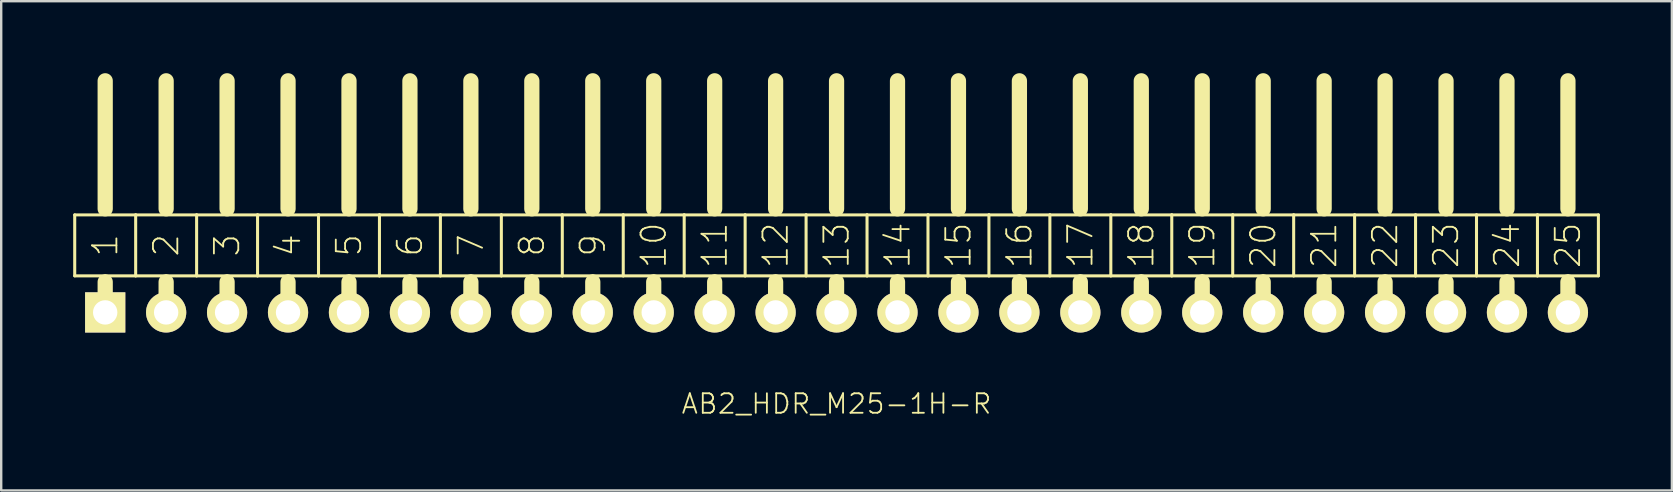
<source format=kicad_pcb>
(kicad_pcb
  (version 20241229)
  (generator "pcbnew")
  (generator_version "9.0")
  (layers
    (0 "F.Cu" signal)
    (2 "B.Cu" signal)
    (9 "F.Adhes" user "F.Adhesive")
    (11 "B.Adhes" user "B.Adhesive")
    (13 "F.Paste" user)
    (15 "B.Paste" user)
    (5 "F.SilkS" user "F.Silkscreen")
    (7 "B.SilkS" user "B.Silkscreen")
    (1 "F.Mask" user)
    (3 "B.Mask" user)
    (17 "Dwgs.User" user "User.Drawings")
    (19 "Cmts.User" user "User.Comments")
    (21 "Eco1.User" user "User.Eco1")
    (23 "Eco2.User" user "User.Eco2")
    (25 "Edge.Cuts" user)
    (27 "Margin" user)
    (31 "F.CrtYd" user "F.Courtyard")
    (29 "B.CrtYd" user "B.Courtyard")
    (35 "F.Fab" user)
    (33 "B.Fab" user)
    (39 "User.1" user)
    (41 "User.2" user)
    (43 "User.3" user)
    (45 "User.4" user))
  (footprint "AB2_HDR_M25-1H-R"
    (layer "F.Cu")
    (at 31.814 9.97)
    (property "Reference" "AB2_HDR_M25-1H-R" (at 0 3.81 0) (layer "F.SilkS") (effects (font (size 0.813 0.813) (thickness 0.076))))
    (attr through_hole)
    (fp_line (start -31.75 -4.064) (end -31.75 -1.524) (stroke (width 0.127) (type solid)) (layer "F.SilkS"))
    (fp_line (start -31.75 -1.524) (end -30.48 -1.524) (stroke (width 0.127) (type solid)) (layer "F.SilkS"))
    (fp_line (start -30.48 -4.318) (end -30.48 -9.652) (stroke (width 0.635) (type solid)) (layer "F.SilkS"))
    (fp_line (start -30.48 -1.524) (end -29.21 -1.524) (stroke (width 0.127) (type solid)) (layer "F.SilkS"))
    (fp_line (start -30.48 -1.27) (end -30.48 0) (stroke (width 0.635) (type solid)) (layer "F.SilkS"))
    (fp_line (start -29.21 -4.064) (end -31.75 -4.064) (stroke (width 0.127) (type solid)) (layer "F.SilkS"))
    (fp_line (start -29.21 -1.524) (end -29.21 -4.064) (stroke (width 0.127) (type solid)) (layer "F.SilkS"))
    (fp_line (start -29.21 -1.524) (end -27.94 -1.524) (stroke (width 0.127) (type solid)) (layer "F.SilkS"))
    (fp_line (start -27.94 -4.318) (end -27.94 -9.652) (stroke (width 0.635) (type solid)) (layer "F.SilkS"))
    (fp_line (start -27.94 -1.524) (end -26.67 -1.524) (stroke (width 0.127) (type solid)) (layer "F.SilkS"))
    (fp_line (start -27.94 -1.27) (end -27.94 0) (stroke (width 0.635) (type solid)) (layer "F.SilkS"))
    (fp_line (start -26.67 -4.064) (end -29.21 -4.064) (stroke (width 0.127) (type solid)) (layer "F.SilkS"))
    (fp_line (start -26.67 -1.524) (end -26.67 -4.064) (stroke (width 0.127) (type solid)) (layer "F.SilkS"))
    (fp_line (start -26.67 -1.524) (end -25.4 -1.524) (stroke (width 0.127) (type solid)) (layer "F.SilkS"))
    (fp_line (start -25.4 -4.318) (end -25.4 -9.652) (stroke (width 0.635) (type solid)) (layer "F.SilkS"))
    (fp_line (start -25.4 -1.524) (end -24.13 -1.524) (stroke (width 0.127) (type solid)) (layer "F.SilkS"))
    (fp_line (start -25.4 -1.27) (end -25.4 0) (stroke (width 0.635) (type solid)) (layer "F.SilkS"))
    (fp_line (start -24.13 -4.064) (end -26.67 -4.064) (stroke (width 0.127) (type solid)) (layer "F.SilkS"))
    (fp_line (start -24.13 -1.524) (end -24.13 -4.064) (stroke (width 0.127) (type solid)) (layer "F.SilkS"))
    (fp_line (start -24.13 -1.524) (end -22.86 -1.524) (stroke (width 0.127) (type solid)) (layer "F.SilkS"))
    (fp_line (start -22.86 -4.318) (end -22.86 -9.652) (stroke (width 0.635) (type solid)) (layer "F.SilkS"))
    (fp_line (start -22.86 -1.524) (end -21.59 -1.524) (stroke (width 0.127) (type solid)) (layer "F.SilkS"))
    (fp_line (start -22.86 -1.27) (end -22.86 0) (stroke (width 0.635) (type solid)) (layer "F.SilkS"))
    (fp_line (start -21.59 -4.064) (end -24.13 -4.064) (stroke (width 0.127) (type solid)) (layer "F.SilkS"))
    (fp_line (start -21.59 -1.524) (end -21.59 -4.064) (stroke (width 0.127) (type solid)) (layer "F.SilkS"))
    (fp_line (start -21.59 -1.524) (end -20.32 -1.524) (stroke (width 0.127) (type solid)) (layer "F.SilkS"))
    (fp_line (start -20.32 -4.318) (end -20.32 -9.652) (stroke (width 0.635) (type solid)) (layer "F.SilkS"))
    (fp_line (start -20.32 -1.524) (end -19.05 -1.524) (stroke (width 0.127) (type solid)) (layer "F.SilkS"))
    (fp_line (start -20.32 -1.27) (end -20.32 0) (stroke (width 0.635) (type solid)) (layer "F.SilkS"))
    (fp_line (start -19.05 -4.064) (end -21.59 -4.064) (stroke (width 0.127) (type solid)) (layer "F.SilkS"))
    (fp_line (start -19.05 -1.524) (end -19.05 -4.064) (stroke (width 0.127) (type solid)) (layer "F.SilkS"))
    (fp_line (start -19.05 -1.524) (end -17.78 -1.524) (stroke (width 0.127) (type solid)) (layer "F.SilkS"))
    (fp_line (start -17.78 -4.318) (end -17.78 -9.652) (stroke (width 0.635) (type solid)) (layer "F.SilkS"))
    (fp_line (start -17.78 -1.524) (end -16.51 -1.524) (stroke (width 0.127) (type solid)) (layer "F.SilkS"))
    (fp_line (start -17.78 -1.27) (end -17.78 0) (stroke (width 0.635) (type solid)) (layer "F.SilkS"))
    (fp_line (start -16.51 -4.064) (end -19.05 -4.064) (stroke (width 0.127) (type solid)) (layer "F.SilkS"))
    (fp_line (start -16.51 -1.524) (end -16.51 -4.064) (stroke (width 0.127) (type solid)) (layer "F.SilkS"))
    (fp_line (start -16.51 -1.524) (end -15.24 -1.524) (stroke (width 0.127) (type solid)) (layer "F.SilkS"))
    (fp_line (start -15.24 -4.318) (end -15.24 -9.652) (stroke (width 0.635) (type solid)) (layer "F.SilkS"))
    (fp_line (start -15.24 -1.524) (end -13.97 -1.524) (stroke (width 0.127) (type solid)) (layer "F.SilkS"))
    (fp_line (start -15.24 -1.27) (end -15.24 0) (stroke (width 0.635) (type solid)) (layer "F.SilkS"))
    (fp_line (start -13.97 -4.064) (end -16.51 -4.064) (stroke (width 0.127) (type solid)) (layer "F.SilkS"))
    (fp_line (start -13.97 -1.524) (end -13.97 -4.064) (stroke (width 0.127) (type solid)) (layer "F.SilkS"))
    (fp_line (start -13.97 -1.524) (end -12.7 -1.524) (stroke (width 0.127) (type solid)) (layer "F.SilkS"))
    (fp_line (start -12.7 -4.318) (end -12.7 -9.652) (stroke (width 0.635) (type solid)) (layer "F.SilkS"))
    (fp_line (start -12.7 -1.524) (end -11.43 -1.524) (stroke (width 0.127) (type solid)) (layer "F.SilkS"))
    (fp_line (start -12.7 -1.27) (end -12.7 0) (stroke (width 0.635) (type solid)) (layer "F.SilkS"))
    (fp_line (start -11.43 -4.064) (end -13.97 -4.064) (stroke (width 0.127) (type solid)) (layer "F.SilkS"))
    (fp_line (start -11.43 -1.524) (end -11.43 -4.064) (stroke (width 0.127) (type solid)) (layer "F.SilkS"))
    (fp_line (start -11.43 -1.524) (end -10.16 -1.524) (stroke (width 0.127) (type solid)) (layer "F.SilkS"))
    (fp_line (start -10.16 -4.318) (end -10.16 -9.652) (stroke (width 0.635) (type solid)) (layer "F.SilkS"))
    (fp_line (start -10.16 -1.524) (end -8.89 -1.524) (stroke (width 0.127) (type solid)) (layer "F.SilkS"))
    (fp_line (start -10.16 -1.27) (end -10.16 0) (stroke (width 0.635) (type solid)) (layer "F.SilkS"))
    (fp_line (start -8.89 -4.064) (end -11.43 -4.064) (stroke (width 0.127) (type solid)) (layer "F.SilkS"))
    (fp_line (start -8.89 -1.524) (end -8.89 -4.064) (stroke (width 0.127) (type solid)) (layer "F.SilkS"))
    (fp_line (start -8.89 -1.524) (end -7.62 -1.524) (stroke (width 0.127) (type solid)) (layer "F.SilkS"))
    (fp_line (start -7.62 -4.318) (end -7.62 -9.652) (stroke (width 0.635) (type solid)) (layer "F.SilkS"))
    (fp_line (start -7.62 -1.524) (end -6.35 -1.524) (stroke (width 0.127) (type solid)) (layer "F.SilkS"))
    (fp_line (start -7.62 -1.27) (end -7.62 0) (stroke (width 0.635) (type solid)) (layer "F.SilkS"))
    (fp_line (start -6.35 -4.064) (end -8.89 -4.064) (stroke (width 0.127) (type solid)) (layer "F.SilkS"))
    (fp_line (start -6.35 -1.524) (end -6.35 -4.064) (stroke (width 0.127) (type solid)) (layer "F.SilkS"))
    (fp_line (start -6.35 -1.524) (end -5.08 -1.524) (stroke (width 0.127) (type solid)) (layer "F.SilkS"))
    (fp_line (start -5.08 -4.318) (end -5.08 -9.652) (stroke (width 0.635) (type solid)) (layer "F.SilkS"))
    (fp_line (start -5.08 -1.524) (end -3.81 -1.524) (stroke (width 0.127) (type solid)) (layer "F.SilkS"))
    (fp_line (start -5.08 -1.27) (end -5.08 0) (stroke (width 0.635) (type solid)) (layer "F.SilkS"))
    (fp_line (start -3.81 -4.064) (end -6.35 -4.064) (stroke (width 0.127) (type solid)) (layer "F.SilkS"))
    (fp_line (start -3.81 -1.524) (end -3.81 -4.064) (stroke (width 0.127) (type solid)) (layer "F.SilkS"))
    (fp_line (start -3.81 -1.524) (end -2.54 -1.524) (stroke (width 0.127) (type solid)) (layer "F.SilkS"))
    (fp_line (start -2.54 -4.318) (end -2.54 -9.652) (stroke (width 0.635) (type solid)) (layer "F.SilkS"))
    (fp_line (start -2.54 -1.524) (end -1.27 -1.524) (stroke (width 0.127) (type solid)) (layer "F.SilkS"))
    (fp_line (start -2.54 -1.27) (end -2.54 0) (stroke (width 0.635) (type solid)) (layer "F.SilkS"))
    (fp_line (start -1.27 -4.064) (end -3.81 -4.064) (stroke (width 0.127) (type solid)) (layer "F.SilkS"))
    (fp_line (start -1.27 -1.524) (end -1.27 -4.064) (stroke (width 0.127) (type solid)) (layer "F.SilkS"))
    (fp_line (start -1.27 -1.524) (end 0 -1.524) (stroke (width 0.127) (type solid)) (layer "F.SilkS"))
    (fp_line (start 0 -4.318) (end 0 -9.652) (stroke (width 0.635) (type solid)) (layer "F.SilkS"))
    (fp_line (start 0 -1.524) (end 1.27 -1.524) (stroke (width 0.127) (type solid)) (layer "F.SilkS"))
    (fp_line (start 0 -1.27) (end 0 0) (stroke (width 0.635) (type solid)) (layer "F.SilkS"))
    (fp_line (start 1.27 -4.064) (end -1.27 -4.064) (stroke (width 0.127) (type solid)) (layer "F.SilkS"))
    (fp_line (start 1.27 -1.524) (end 1.27 -4.064) (stroke (width 0.127) (type solid)) (layer "F.SilkS"))
    (fp_line (start 1.27 -1.524) (end 2.54 -1.524) (stroke (width 0.127) (type solid)) (layer "F.SilkS"))
    (fp_line (start 2.54 -4.318) (end 2.54 -9.652) (stroke (width 0.635) (type solid)) (layer "F.SilkS"))
    (fp_line (start 2.54 -1.524) (end 3.81 -1.524) (stroke (width 0.127) (type solid)) (layer "F.SilkS"))
    (fp_line (start 2.54 -1.27) (end 2.54 0) (stroke (width 0.635) (type solid)) (layer "F.SilkS"))
    (fp_line (start 3.81 -4.064) (end 1.27 -4.064) (stroke (width 0.127) (type solid)) (layer "F.SilkS"))
    (fp_line (start 3.81 -1.524) (end 3.81 -4.064) (stroke (width 0.127) (type solid)) (layer "F.SilkS"))
    (fp_line (start 3.81 -1.524) (end 5.08 -1.524) (stroke (width 0.127) (type solid)) (layer "F.SilkS"))
    (fp_line (start 5.08 -4.318) (end 5.08 -9.652) (stroke (width 0.635) (type solid)) (layer "F.SilkS"))
    (fp_line (start 5.08 -1.524) (end 6.35 -1.524) (stroke (width 0.127) (type solid)) (layer "F.SilkS"))
    (fp_line (start 5.08 -1.27) (end 5.08 0) (stroke (width 0.635) (type solid)) (layer "F.SilkS"))
    (fp_line (start 6.35 -4.064) (end 3.81 -4.064) (stroke (width 0.127) (type solid)) (layer "F.SilkS"))
    (fp_line (start 6.35 -1.524) (end 6.35 -4.064) (stroke (width 0.127) (type solid)) (layer "F.SilkS"))
    (fp_line (start 6.35 -1.524) (end 7.62 -1.524) (stroke (width 0.127) (type solid)) (layer "F.SilkS"))
    (fp_line (start 7.62 -4.318) (end 7.62 -9.652) (stroke (width 0.635) (type solid)) (layer "F.SilkS"))
    (fp_line (start 7.62 -1.524) (end 8.89 -1.524) (stroke (width 0.127) (type solid)) (layer "F.SilkS"))
    (fp_line (start 7.62 -1.27) (end 7.62 0) (stroke (width 0.635) (type solid)) (layer "F.SilkS"))
    (fp_line (start 8.89 -4.064) (end 6.35 -4.064) (stroke (width 0.127) (type solid)) (layer "F.SilkS"))
    (fp_line (start 8.89 -1.524) (end 8.89 -4.064) (stroke (width 0.127) (type solid)) (layer "F.SilkS"))
    (fp_line (start 8.89 -1.524) (end 10.16 -1.524) (stroke (width 0.127) (type solid)) (layer "F.SilkS"))
    (fp_line (start 10.16 -4.318) (end 10.16 -9.652) (stroke (width 0.635) (type solid)) (layer "F.SilkS"))
    (fp_line (start 10.16 -1.524) (end 11.43 -1.524) (stroke (width 0.127) (type solid)) (layer "F.SilkS"))
    (fp_line (start 10.16 -1.27) (end 10.16 0) (stroke (width 0.635) (type solid)) (layer "F.SilkS"))
    (fp_line (start 11.43 -4.064) (end 8.89 -4.064) (stroke (width 0.127) (type solid)) (layer "F.SilkS"))
    (fp_line (start 11.43 -1.524) (end 11.43 -4.064) (stroke (width 0.127) (type solid)) (layer "F.SilkS"))
    (fp_line (start 11.43 -1.524) (end 12.7 -1.524) (stroke (width 0.127) (type solid)) (layer "F.SilkS"))
    (fp_line (start 12.7 -4.318) (end 12.7 -9.652) (stroke (width 0.635) (type solid)) (layer "F.SilkS"))
    (fp_line (start 12.7 -1.524) (end 13.97 -1.524) (stroke (width 0.127) (type solid)) (layer "F.SilkS"))
    (fp_line (start 12.7 -1.27) (end 12.7 0) (stroke (width 0.635) (type solid)) (layer "F.SilkS"))
    (fp_line (start 13.97 -4.064) (end 11.43 -4.064) (stroke (width 0.127) (type solid)) (layer "F.SilkS"))
    (fp_line (start 13.97 -1.524) (end 13.97 -4.064) (stroke (width 0.127) (type solid)) (layer "F.SilkS"))
    (fp_line (start 13.97 -1.524) (end 15.24 -1.524) (stroke (width 0.127) (type solid)) (layer "F.SilkS"))
    (fp_line (start 15.24 -4.318) (end 15.24 -9.652) (stroke (width 0.635) (type solid)) (layer "F.SilkS"))
    (fp_line (start 15.24 -1.524) (end 16.51 -1.524) (stroke (width 0.127) (type solid)) (layer "F.SilkS"))
    (fp_line (start 15.24 -1.27) (end 15.24 0) (stroke (width 0.635) (type solid)) (layer "F.SilkS"))
    (fp_line (start 16.51 -4.064) (end 13.97 -4.064) (stroke (width 0.127) (type solid)) (layer "F.SilkS"))
    (fp_line (start 16.51 -1.524) (end 16.51 -4.064) (stroke (width 0.127) (type solid)) (layer "F.SilkS"))
    (fp_line (start 16.51 -1.524) (end 17.78 -1.524) (stroke (width 0.127) (type solid)) (layer "F.SilkS"))
    (fp_line (start 17.78 -4.318) (end 17.78 -9.652) (stroke (width 0.635) (type solid)) (layer "F.SilkS"))
    (fp_line (start 17.78 -1.524) (end 19.05 -1.524) (stroke (width 0.127) (type solid)) (layer "F.SilkS"))
    (fp_line (start 17.78 -1.27) (end 17.78 0) (stroke (width 0.635) (type solid)) (layer "F.SilkS"))
    (fp_line (start 19.05 -4.064) (end 16.51 -4.064) (stroke (width 0.127) (type solid)) (layer "F.SilkS"))
    (fp_line (start 19.05 -1.524) (end 19.05 -4.064) (stroke (width 0.127) (type solid)) (layer "F.SilkS"))
    (fp_line (start 19.05 -1.524) (end 20.32 -1.524) (stroke (width 0.127) (type solid)) (layer "F.SilkS"))
    (fp_line (start 20.32 -4.318) (end 20.32 -9.652) (stroke (width 0.635) (type solid)) (layer "F.SilkS"))
    (fp_line (start 20.32 -1.524) (end 21.59 -1.524) (stroke (width 0.127) (type solid)) (layer "F.SilkS"))
    (fp_line (start 20.32 -1.27) (end 20.32 0) (stroke (width 0.635) (type solid)) (layer "F.SilkS"))
    (fp_line (start 21.59 -4.064) (end 19.05 -4.064) (stroke (width 0.127) (type solid)) (layer "F.SilkS"))
    (fp_line (start 21.59 -1.524) (end 21.59 -4.064) (stroke (width 0.127) (type solid)) (layer "F.SilkS"))
    (fp_line (start 21.59 -1.524) (end 22.86 -1.524) (stroke (width 0.127) (type solid)) (layer "F.SilkS"))
    (fp_line (start 22.86 -4.318) (end 22.86 -9.652) (stroke (width 0.635) (type solid)) (layer "F.SilkS"))
    (fp_line (start 22.86 -1.524) (end 24.13 -1.524) (stroke (width 0.127) (type solid)) (layer "F.SilkS"))
    (fp_line (start 22.86 -1.27) (end 22.86 0) (stroke (width 0.635) (type solid)) (layer "F.SilkS"))
    (fp_line (start 24.13 -4.064) (end 21.59 -4.064) (stroke (width 0.127) (type solid)) (layer "F.SilkS"))
    (fp_line (start 24.13 -1.524) (end 24.13 -4.064) (stroke (width 0.127) (type solid)) (layer "F.SilkS"))
    (fp_line (start 24.13 -1.524) (end 25.4 -1.524) (stroke (width 0.127) (type solid)) (layer "F.SilkS"))
    (fp_line (start 25.4 -4.318) (end 25.4 -9.652) (stroke (width 0.635) (type solid)) (layer "F.SilkS"))
    (fp_line (start 25.4 -1.524) (end 26.67 -1.524) (stroke (width 0.127) (type solid)) (layer "F.SilkS"))
    (fp_line (start 25.4 -1.27) (end 25.4 0) (stroke (width 0.635) (type solid)) (layer "F.SilkS"))
    (fp_line (start 26.67 -4.064) (end 24.13 -4.064) (stroke (width 0.127) (type solid)) (layer "F.SilkS"))
    (fp_line (start 26.67 -1.524) (end 26.67 -4.064) (stroke (width 0.127) (type solid)) (layer "F.SilkS"))
    (fp_line (start 26.67 -1.524) (end 27.94 -1.524) (stroke (width 0.127) (type solid)) (layer "F.SilkS"))
    (fp_line (start 27.94 -4.318) (end 27.94 -9.652) (stroke (width 0.635) (type solid)) (layer "F.SilkS"))
    (fp_line (start 27.94 -1.524) (end 29.21 -1.524) (stroke (width 0.127) (type solid)) (layer "F.SilkS"))
    (fp_line (start 27.94 -1.27) (end 27.94 0) (stroke (width 0.635) (type solid)) (layer "F.SilkS"))
    (fp_line (start 29.21 -4.064) (end 26.67 -4.064) (stroke (width 0.127) (type solid)) (layer "F.SilkS"))
    (fp_line (start 29.21 -1.524) (end 29.21 -4.064) (stroke (width 0.127) (type solid)) (layer "F.SilkS"))
    (fp_line (start 29.21 -1.524) (end 30.48 -1.524) (stroke (width 0.127) (type solid)) (layer "F.SilkS"))
    (fp_line (start 30.48 -4.318) (end 30.48 -9.652) (stroke (width 0.635) (type solid)) (layer "F.SilkS"))
    (fp_line (start 30.48 -1.524) (end 31.75 -1.524) (stroke (width 0.127) (type solid)) (layer "F.SilkS"))
    (fp_line (start 30.48 -1.27) (end 30.48 0) (stroke (width 0.635) (type solid)) (layer "F.SilkS"))
    (fp_line (start 31.75 -4.064) (end 29.21 -4.064) (stroke (width 0.127) (type solid)) (layer "F.SilkS"))
    (fp_line (start 31.75 -1.524) (end 31.75 -4.064) (stroke (width 0.127) (type solid)) (layer "F.SilkS"))
    (fp_text user "23" (at 25.4 -2.794 90) (layer "F.SilkS") (effects (font (size 1.016 1.016) (thickness 0.076))))
    (fp_text user "12" (at -2.54 -2.794 90) (layer "F.SilkS") (effects (font (size 1.016 1.016) (thickness 0.076))))
    (fp_text user "18" (at 12.7 -2.794 90) (layer "F.SilkS") (effects (font (size 1.016 1.016) (thickness 0.076))))
    (fp_text user "1" (at -30.48 -2.794 270) (layer "F.SilkS") (effects (font (size 1.016 1.016) (thickness 0.076))))
    (fp_text user "2" (at -27.94 -2.794 90) (layer "F.SilkS") (effects (font (size 1.016 1.016) (thickness 0.076))))
    (fp_text user "24" (at 27.94 -2.794 90) (layer "F.SilkS") (effects (font (size 1.016 1.016) (thickness 0.076))))
    (fp_text user "7" (at -15.24 -2.794 90) (layer "F.SilkS") (effects (font (size 1.016 1.016) (thickness 0.076))))
    (fp_text user "4" (at -22.86 -2.794 90) (layer "F.SilkS") (effects (font (size 1.016 1.016) (thickness 0.076))))
    (fp_text user "10" (at -7.62 -2.794 90) (layer "F.SilkS") (effects (font (size 1.016 1.016) (thickness 0.076))))
    (fp_text user "3" (at -25.4 -2.794 90) (layer "F.SilkS") (effects (font (size 1.016 1.016) (thickness 0.076))))
    (fp_text user "8" (at -12.7 -2.794 90) (layer "F.SilkS") (effects (font (size 1.016 1.016) (thickness 0.076))))
    (fp_text user "6" (at -17.78 -2.794 90) (layer "F.SilkS") (effects (font (size 1.016 1.016) (thickness 0.076))))
    (fp_text user "9" (at -10.16 -2.794 90) (layer "F.SilkS") (effects (font (size 1.016 1.016) (thickness 0.076))))
    (fp_text user "13" (at 0 -2.794 90) (layer "F.SilkS") (effects (font (size 1.016 1.016) (thickness 0.076))))
    (fp_text user "11" (at -5.08 -2.794 90) (layer "F.SilkS") (effects (font (size 1.016 1.016) (thickness 0.076))))
    (fp_text user "22" (at 22.86 -2.794 90) (layer "F.SilkS") (effects (font (size 1.016 1.016) (thickness 0.076))))
    (fp_text user "17" (at 10.16 -2.794 90) (layer "F.SilkS") (effects (font (size 1.016 1.016) (thickness 0.076))))
    (fp_text user "19" (at 15.24 -2.794 90) (layer "F.SilkS") (effects (font (size 1.016 1.016) (thickness 0.076))))
    (fp_text user "5" (at -20.32 -2.794 90) (layer "F.SilkS") (effects (font (size 1.016 1.016) (thickness 0.076))))
    (fp_text user "20" (at 17.78 -2.794 90) (layer "F.SilkS") (effects (font (size 1.016 1.016) (thickness 0.076))))
    (fp_text user "21" (at 20.32 -2.794 90) (layer "F.SilkS") (effects (font (size 1.016 1.016) (thickness 0.076))))
    (fp_text user "14" (at 2.54 -2.794 90) (layer "F.SilkS") (effects (font (size 1.016 1.016) (thickness 0.076))))
    (fp_text user "16" (at 7.62 -2.794 90) (layer "F.SilkS") (effects (font (size 1.016 1.016) (thickness 0.076))))
    (fp_text user "25" (at 30.48 -2.794 90) (layer "F.SilkS") (effects (font (size 1.016 1.016) (thickness 0.076))))
    (fp_text user "15" (at 5.08 -2.794 90) (layer "F.SilkS") (effects (font (size 1.016 1.016) (thickness 0.076))))
    (pad "1" thru_hole rect (at -30.48 0) (size 1.676 1.676) (drill 1.016) (layers "*.Cu" "*.Mask" "F.SilkS"))
    (pad "2" thru_hole circle (at -27.94 0) (size 1.676 1.676) (drill 1.016) (layers "*.Cu" "*.Mask" "F.SilkS"))
    (pad "3" thru_hole circle (at -25.4 0) (size 1.676 1.676) (drill 1.016) (layers "*.Cu" "*.Mask" "F.SilkS"))
    (pad "4" thru_hole circle (at -22.86 0) (size 1.676 1.676) (drill 1.016) (layers "*.Cu" "*.Mask" "F.SilkS"))
    (pad "5" thru_hole circle (at -20.32 0) (size 1.676 1.676) (drill 1.016) (layers "*.Cu" "*.Mask" "F.SilkS"))
    (pad "6" thru_hole circle (at -17.78 0) (size 1.676 1.676) (drill 1.016) (layers "*.Cu" "*.Mask" "F.SilkS"))
    (pad "7" thru_hole circle (at -15.24 0) (size 1.676 1.676) (drill 1.016) (layers "*.Cu" "*.Mask" "F.SilkS"))
    (pad "8" thru_hole circle (at -12.7 0) (size 1.676 1.676) (drill 1.016) (layers "*.Cu" "*.Mask" "F.SilkS"))
    (pad "9" thru_hole circle (at -10.16 0) (size 1.676 1.676) (drill 1.016) (layers "*.Cu" "*.Mask" "F.SilkS"))
    (pad "10" thru_hole circle (at -7.62 0) (size 1.676 1.676) (drill 1.016) (layers "*.Cu" "*.Mask" "F.SilkS"))
    (pad "11" thru_hole circle (at -5.08 0) (size 1.676 1.676) (drill 1.016) (layers "*.Cu" "*.Mask" "F.SilkS"))
    (pad "12" thru_hole circle (at -2.54 0) (size 1.676 1.676) (drill 1.016) (layers "*.Cu" "*.Mask" "F.SilkS"))
    (pad "13" thru_hole circle (at 0 0) (size 1.676 1.676) (drill 1.016) (layers "*.Cu" "*.Mask" "F.SilkS"))
    (pad "14" thru_hole circle (at 2.54 0) (size 1.676 1.676) (drill 1.016) (layers "*.Cu" "*.Mask" "F.SilkS"))
    (pad "15" thru_hole circle (at 5.08 0) (size 1.676 1.676) (drill 1.016) (layers "*.Cu" "*.Mask" "F.SilkS"))
    (pad "16" thru_hole circle (at 7.62 0) (size 1.676 1.676) (drill 1.016) (layers "*.Cu" "*.Mask" "F.SilkS"))
    (pad "17" thru_hole circle (at 10.16 0) (size 1.676 1.676) (drill 1.016) (layers "*.Cu" "*.Mask" "F.SilkS"))
    (pad "18" thru_hole circle (at 12.7 0) (size 1.676 1.676) (drill 1.016) (layers "*.Cu" "*.Mask" "F.SilkS"))
    (pad "19" thru_hole circle (at 15.24 0) (size 1.676 1.676) (drill 1.016) (layers "*.Cu" "*.Mask" "F.SilkS"))
    (pad "20" thru_hole circle (at 17.78 0) (size 1.676 1.676) (drill 1.016) (layers "*.Cu" "*.Mask" "F.SilkS"))
    (pad "21" thru_hole circle (at 20.32 0) (size 1.676 1.676) (drill 1.016) (layers "*.Cu" "*.Mask" "F.SilkS"))
    (pad "22" thru_hole circle (at 22.86 0) (size 1.676 1.676) (drill 1.016) (layers "*.Cu" "*.Mask" "F.SilkS"))
    (pad "23" thru_hole circle (at 25.4 0) (size 1.676 1.676) (drill 1.016) (layers "*.Cu" "*.Mask" "F.SilkS"))
    (pad "24" thru_hole circle (at 27.94 0) (size 1.676 1.676) (drill 1.016) (layers "*.Cu" "*.Mask" "F.SilkS"))
    (pad "25" thru_hole circle (at 30.48 0) (size 1.676 1.676) (drill 1.016) (layers "*.Cu" "*.Mask" "F.SilkS")))
  (gr_rect
    (start -3 -3)
    (end 66.627 17.389)
    (stroke (width 0.1) (type default))
    (fill no)
    (layer "Edge.Cuts")))
</source>
